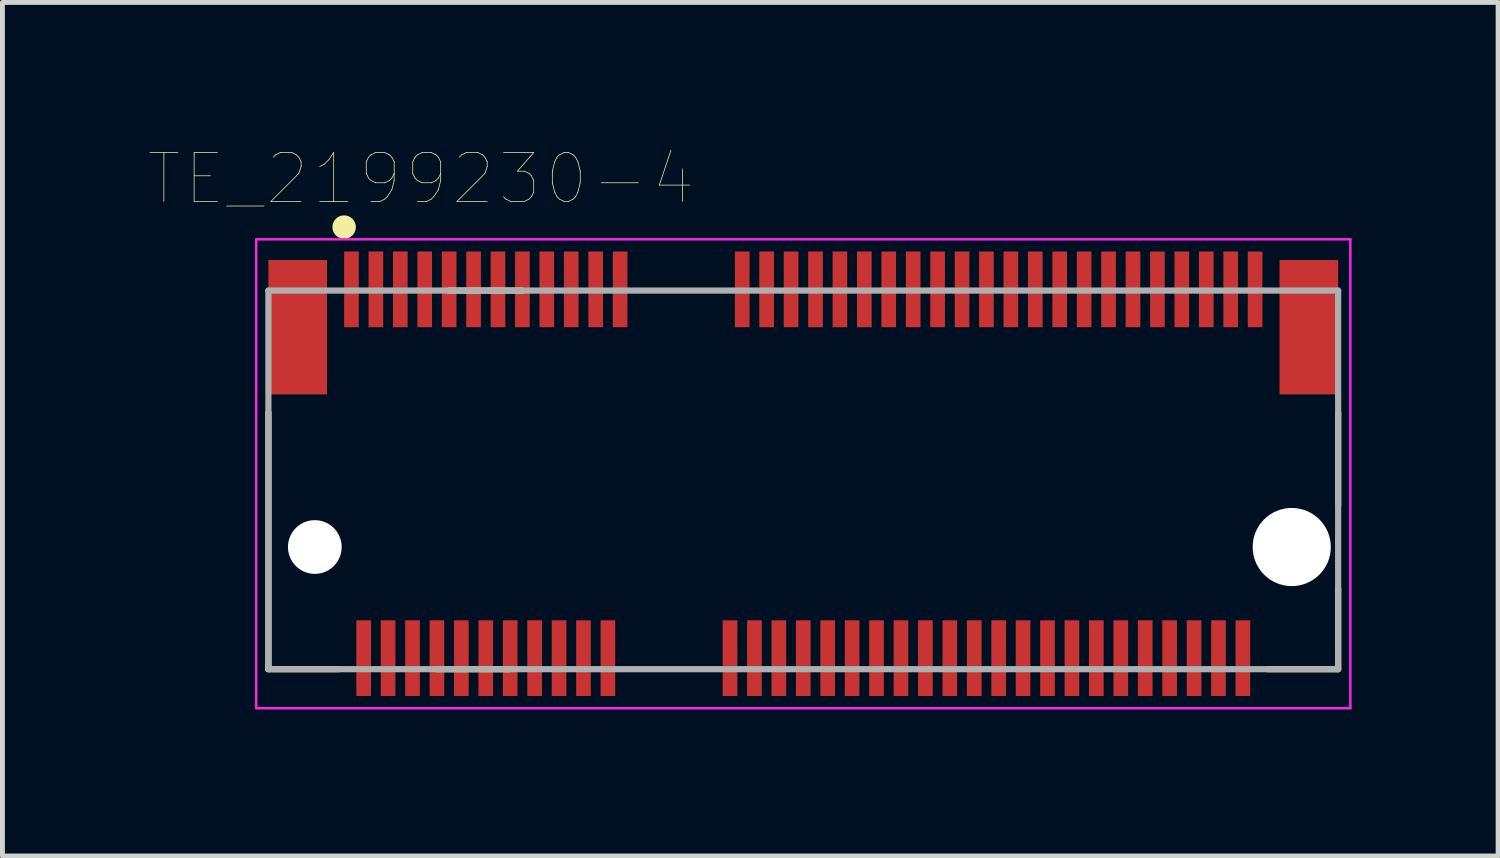
<source format=kicad_pcb>
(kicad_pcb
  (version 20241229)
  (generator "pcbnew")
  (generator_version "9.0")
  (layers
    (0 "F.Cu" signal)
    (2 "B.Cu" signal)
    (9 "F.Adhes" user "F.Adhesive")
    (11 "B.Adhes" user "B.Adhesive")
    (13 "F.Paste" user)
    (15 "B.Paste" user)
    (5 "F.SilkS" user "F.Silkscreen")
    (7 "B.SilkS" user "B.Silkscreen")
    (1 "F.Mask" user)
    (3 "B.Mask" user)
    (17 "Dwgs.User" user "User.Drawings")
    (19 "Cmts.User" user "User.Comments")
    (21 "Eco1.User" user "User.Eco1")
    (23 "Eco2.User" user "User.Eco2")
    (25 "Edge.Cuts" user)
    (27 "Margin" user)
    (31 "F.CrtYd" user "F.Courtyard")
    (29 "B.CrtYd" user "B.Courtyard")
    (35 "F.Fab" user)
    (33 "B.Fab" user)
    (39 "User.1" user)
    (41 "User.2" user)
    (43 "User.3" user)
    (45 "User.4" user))
  (footprint "TE_2199230-4"
    (layer "F.Cu")
    (at 13.395 8.149)
    (property "Reference" "TE_2199230-4" (at -7.828 -7.538 0) (layer "F.SilkS") (effects (font (size 1 1) (thickness 0.015))))
    (attr through_hole)
    (fp_line (start -10.95 2.5) (end -10.95 -2.75) (stroke (width 0.127) (type solid)) (layer "F.SilkS"))
    (fp_line (start -9.5 2.5) (end -10.95 2.5) (stroke (width 0.127) (type solid)) (layer "F.SilkS"))
    (fp_line (start -7.5 2.5) (end -6 2.5) (stroke (width 0.127) (type solid)) (layer "F.SilkS"))
    (fp_line (start -5.75 -5.25) (end -7.25 -5.25) (stroke (width 0.127) (type solid)) (layer "F.SilkS"))
    (fp_line (start 9.5 2.5) (end 10.95 2.5) (stroke (width 0.127) (type solid)) (layer "F.SilkS"))
    (fp_line (start 10.95 -0.85) (end 10.95 -2.75) (stroke (width 0.127) (type solid)) (layer "F.SilkS"))
    (fp_line (start 10.95 2.5) (end 10.95 0.85) (stroke (width 0.127) (type solid)) (layer "F.SilkS"))
    (fp_circle (center -9.4 -6.55) (end -9.28 -6.55) (stroke (width 0.24) (type solid)) (fill no) (layer "F.SilkS"))
    (fp_line (start -11.2 -6.3) (end 11.2 -6.3) (stroke (width 0.05) (type solid)) (layer "F.CrtYd"))
    (fp_line (start -11.2 3.3) (end -11.2 -6.3) (stroke (width 0.05) (type solid)) (layer "F.CrtYd"))
    (fp_line (start 11.2 -6.3) (end 11.2 3.3) (stroke (width 0.05) (type solid)) (layer "F.CrtYd"))
    (fp_line (start 11.2 3.3) (end -11.2 3.3) (stroke (width 0.05) (type solid)) (layer "F.CrtYd"))
    (fp_line (start -10.95 -5.25) (end 10.95 -5.25) (stroke (width 0.127) (type solid)) (layer "F.Fab"))
    (fp_line (start -10.95 2.5) (end -10.95 -5.25) (stroke (width 0.127) (type solid)) (layer "F.Fab"))
    (fp_line (start 10.95 -5.25) (end 10.95 2.5) (stroke (width 0.127) (type solid)) (layer "F.Fab"))
    (fp_line (start 10.95 2.5) (end -10.95 2.5) (stroke (width 0.127) (type solid)) (layer "F.Fab"))
    (pad "" np_thru_hole circle (at -10 0) (size 1.1 1.1) (drill 1.1) (layers "*.Cu" "*.Mask"))
    (pad "" np_thru_hole circle (at 10 0) (size 1.6 1.6) (drill 1.6) (layers "*.Cu" "*.Mask"))
    (pad "1" smd rect (at -9.25 -5.275) (size 0.3 1.55) (layers "F.Cu" "F.Mask" "F.Paste"))
    (pad "2" smd rect (at -9 2.275) (size 0.3 1.55) (layers "F.Cu" "F.Mask" "F.Paste"))
    (pad "3" smd rect (at -8.75 -5.275) (size 0.3 1.55) (layers "F.Cu" "F.Mask" "F.Paste"))
    (pad "4" smd rect (at -8.5 2.275) (size 0.3 1.55) (layers "F.Cu" "F.Mask" "F.Paste"))
    (pad "5" smd rect (at -8.25 -5.275) (size 0.3 1.55) (layers "F.Cu" "F.Mask" "F.Paste"))
    (pad "6" smd rect (at -8 2.275) (size 0.3 1.55) (layers "F.Cu" "F.Mask" "F.Paste"))
    (pad "7" smd rect (at -7.75 -5.275) (size 0.3 1.55) (layers "F.Cu" "F.Mask" "F.Paste"))
    (pad "8" smd rect (at -7.5 2.275) (size 0.3 1.55) (layers "F.Cu" "F.Mask" "F.Paste"))
    (pad "9" smd rect (at -7.25 -5.275) (size 0.3 1.55) (layers "F.Cu" "F.Mask" "F.Paste"))
    (pad "10" smd rect (at -7 2.275) (size 0.3 1.55) (layers "F.Cu" "F.Mask" "F.Paste"))
    (pad "11" smd rect (at -6.75 -5.275) (size 0.3 1.55) (layers "F.Cu" "F.Mask" "F.Paste"))
    (pad "12" smd rect (at -6.5 2.275) (size 0.3 1.55) (layers "F.Cu" "F.Mask" "F.Paste"))
    (pad "13" smd rect (at -6.25 -5.275) (size 0.3 1.55) (layers "F.Cu" "F.Mask" "F.Paste"))
    (pad "14" smd rect (at -6 2.275) (size 0.3 1.55) (layers "F.Cu" "F.Mask" "F.Paste"))
    (pad "15" smd rect (at -5.75 -5.275) (size 0.3 1.55) (layers "F.Cu" "F.Mask" "F.Paste"))
    (pad "16" smd rect (at -5.5 2.275) (size 0.3 1.55) (layers "F.Cu" "F.Mask" "F.Paste"))
    (pad "17" smd rect (at -5.25 -5.275) (size 0.3 1.55) (layers "F.Cu" "F.Mask" "F.Paste"))
    (pad "18" smd rect (at -5 2.275) (size 0.3 1.55) (layers "F.Cu" "F.Mask" "F.Paste"))
    (pad "19" smd rect (at -4.75 -5.275) (size 0.3 1.55) (layers "F.Cu" "F.Mask" "F.Paste"))
    (pad "20" smd rect (at -4.5 2.275) (size 0.3 1.55) (layers "F.Cu" "F.Mask" "F.Paste"))
    (pad "21" smd rect (at -4.25 -5.275) (size 0.3 1.55) (layers "F.Cu" "F.Mask" "F.Paste"))
    (pad "22" smd rect (at -4 2.275) (size 0.3 1.55) (layers "F.Cu" "F.Mask" "F.Paste"))
    (pad "23" smd rect (at -3.75 -5.275) (size 0.3 1.55) (layers "F.Cu" "F.Mask" "F.Paste"))
    (pad "32" smd rect (at -1.5 2.275) (size 0.3 1.55) (layers "F.Cu" "F.Mask" "F.Paste"))
    (pad "33" smd rect (at -1.25 -5.275) (size 0.3 1.55) (layers "F.Cu" "F.Mask" "F.Paste"))
    (pad "34" smd rect (at -1 2.275) (size 0.3 1.55) (layers "F.Cu" "F.Mask" "F.Paste"))
    (pad "35" smd rect (at -0.75 -5.275) (size 0.3 1.55) (layers "F.Cu" "F.Mask" "F.Paste"))
    (pad "36" smd rect (at -0.5 2.275) (size 0.3 1.55) (layers "F.Cu" "F.Mask" "F.Paste"))
    (pad "37" smd rect (at -0.25 -5.275) (size 0.3 1.55) (layers "F.Cu" "F.Mask" "F.Paste"))
    (pad "38" smd rect (at 0 2.275) (size 0.3 1.55) (layers "F.Cu" "F.Mask" "F.Paste"))
    (pad "39" smd rect (at 0.25 -5.275) (size 0.3 1.55) (layers "F.Cu" "F.Mask" "F.Paste"))
    (pad "40" smd rect (at 0.5 2.275) (size 0.3 1.55) (layers "F.Cu" "F.Mask" "F.Paste"))
    (pad "41" smd rect (at 0.75 -5.275) (size 0.3 1.55) (layers "F.Cu" "F.Mask" "F.Paste"))
    (pad "42" smd rect (at 1 2.275) (size 0.3 1.55) (layers "F.Cu" "F.Mask" "F.Paste"))
    (pad "43" smd rect (at 1.25 -5.275) (size 0.3 1.55) (layers "F.Cu" "F.Mask" "F.Paste"))
    (pad "44" smd rect (at 1.5 2.275) (size 0.3 1.55) (layers "F.Cu" "F.Mask" "F.Paste"))
    (pad "45" smd rect (at 1.75 -5.275) (size 0.3 1.55) (layers "F.Cu" "F.Mask" "F.Paste"))
    (pad "46" smd rect (at 2 2.275) (size 0.3 1.55) (layers "F.Cu" "F.Mask" "F.Paste"))
    (pad "47" smd rect (at 2.25 -5.275) (size 0.3 1.55) (layers "F.Cu" "F.Mask" "F.Paste"))
    (pad "48" smd rect (at 2.5 2.275) (size 0.3 1.55) (layers "F.Cu" "F.Mask" "F.Paste"))
    (pad "49" smd rect (at 2.75 -5.275) (size 0.3 1.55) (layers "F.Cu" "F.Mask" "F.Paste"))
    (pad "50" smd rect (at 3 2.275) (size 0.3 1.55) (layers "F.Cu" "F.Mask" "F.Paste"))
    (pad "51" smd rect (at 3.25 -5.275) (size 0.3 1.55) (layers "F.Cu" "F.Mask" "F.Paste"))
    (pad "52" smd rect (at 3.5 2.275) (size 0.3 1.55) (layers "F.Cu" "F.Mask" "F.Paste"))
    (pad "53" smd rect (at 3.75 -5.275) (size 0.3 1.55) (layers "F.Cu" "F.Mask" "F.Paste"))
    (pad "54" smd rect (at 4 2.275) (size 0.3 1.55) (layers "F.Cu" "F.Mask" "F.Paste"))
    (pad "55" smd rect (at 4.25 -5.275) (size 0.3 1.55) (layers "F.Cu" "F.Mask" "F.Paste"))
    (pad "56" smd rect (at 4.5 2.275) (size 0.3 1.55) (layers "F.Cu" "F.Mask" "F.Paste"))
    (pad "57" smd rect (at 4.75 -5.275) (size 0.3 1.55) (layers "F.Cu" "F.Mask" "F.Paste"))
    (pad "58" smd rect (at 5 2.275) (size 0.3 1.55) (layers "F.Cu" "F.Mask" "F.Paste"))
    (pad "59" smd rect (at 5.25 -5.275) (size 0.3 1.55) (layers "F.Cu" "F.Mask" "F.Paste"))
    (pad "60" smd rect (at 5.5 2.275) (size 0.3 1.55) (layers "F.Cu" "F.Mask" "F.Paste"))
    (pad "61" smd rect (at 5.75 -5.275) (size 0.3 1.55) (layers "F.Cu" "F.Mask" "F.Paste"))
    (pad "62" smd rect (at 6 2.275) (size 0.3 1.55) (layers "F.Cu" "F.Mask" "F.Paste"))
    (pad "63" smd rect (at 6.25 -5.275) (size 0.3 1.55) (layers "F.Cu" "F.Mask" "F.Paste"))
    (pad "64" smd rect (at 6.5 2.275) (size 0.3 1.55) (layers "F.Cu" "F.Mask" "F.Paste"))
    (pad "65" smd rect (at 6.75 -5.275) (size 0.3 1.55) (layers "F.Cu" "F.Mask" "F.Paste"))
    (pad "66" smd rect (at 7 2.275) (size 0.3 1.55) (layers "F.Cu" "F.Mask" "F.Paste"))
    (pad "67" smd rect (at 7.25 -5.275) (size 0.3 1.55) (layers "F.Cu" "F.Mask" "F.Paste"))
    (pad "68" smd rect (at 7.5 2.275) (size 0.3 1.55) (layers "F.Cu" "F.Mask" "F.Paste"))
    (pad "69" smd rect (at 7.75 -5.275) (size 0.3 1.55) (layers "F.Cu" "F.Mask" "F.Paste"))
    (pad "70" smd rect (at 8 2.275) (size 0.3 1.55) (layers "F.Cu" "F.Mask" "F.Paste"))
    (pad "71" smd rect (at 8.25 -5.275) (size 0.3 1.55) (layers "F.Cu" "F.Mask" "F.Paste"))
    (pad "72" smd rect (at 8.5 2.275) (size 0.3 1.55) (layers "F.Cu" "F.Mask" "F.Paste"))
    (pad "73" smd rect (at 8.75 -5.275) (size 0.3 1.55) (layers "F.Cu" "F.Mask" "F.Paste"))
    (pad "74" smd rect (at 9 2.275) (size 0.3 1.55) (layers "F.Cu" "F.Mask" "F.Paste"))
    (pad "75" smd rect (at 9.25 -5.275) (size 0.3 1.55) (layers "F.Cu" "F.Mask" "F.Paste"))
    (pad "SH1" smd rect (at -10.35 -4.5) (size 1.2 2.75) (layers "F.Cu" "F.Mask" "F.Paste"))
    (pad "SH2" smd rect (at 10.35 -4.5) (size 1.2 2.75) (layers "F.Cu" "F.Mask" "F.Paste")))
  (gr_rect
    (start -3 -3)
    (end 27.62 14.474)
    (stroke (width 0.1) (type default))
    (fill no)
    (layer "Edge.Cuts")))
</source>
